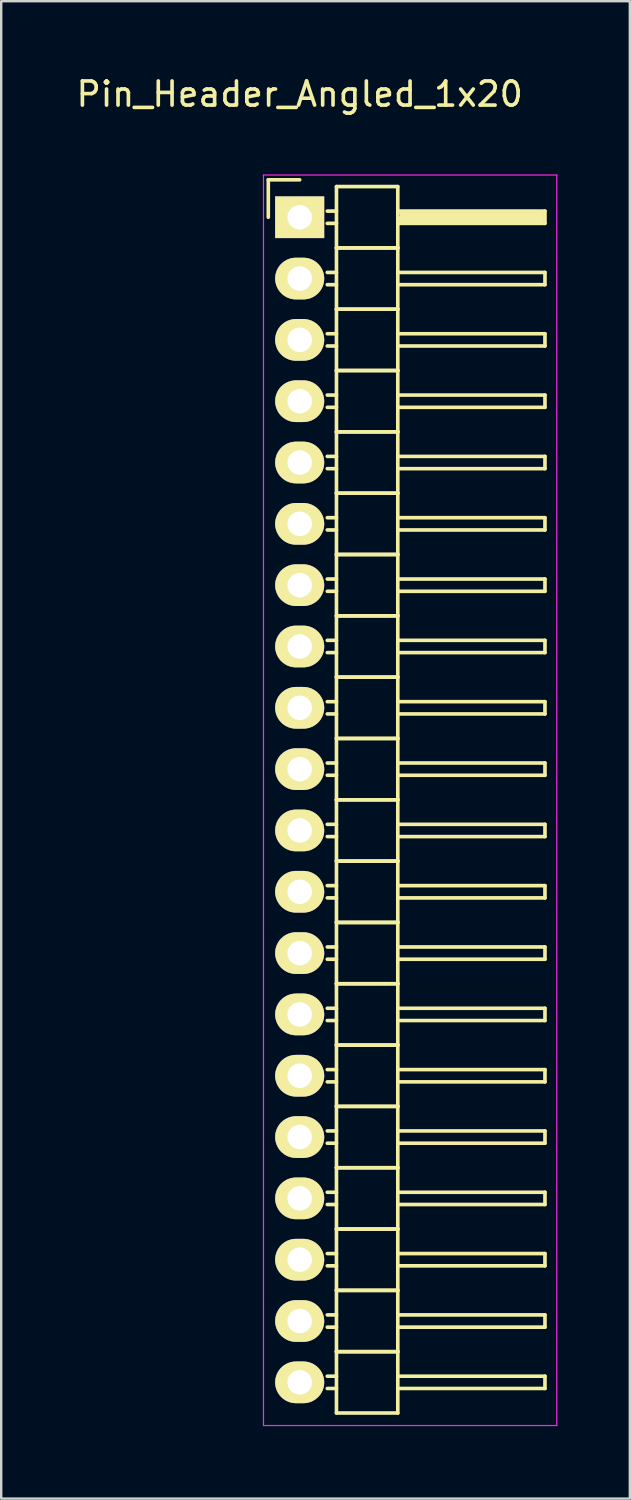
<source format=kicad_pcb>
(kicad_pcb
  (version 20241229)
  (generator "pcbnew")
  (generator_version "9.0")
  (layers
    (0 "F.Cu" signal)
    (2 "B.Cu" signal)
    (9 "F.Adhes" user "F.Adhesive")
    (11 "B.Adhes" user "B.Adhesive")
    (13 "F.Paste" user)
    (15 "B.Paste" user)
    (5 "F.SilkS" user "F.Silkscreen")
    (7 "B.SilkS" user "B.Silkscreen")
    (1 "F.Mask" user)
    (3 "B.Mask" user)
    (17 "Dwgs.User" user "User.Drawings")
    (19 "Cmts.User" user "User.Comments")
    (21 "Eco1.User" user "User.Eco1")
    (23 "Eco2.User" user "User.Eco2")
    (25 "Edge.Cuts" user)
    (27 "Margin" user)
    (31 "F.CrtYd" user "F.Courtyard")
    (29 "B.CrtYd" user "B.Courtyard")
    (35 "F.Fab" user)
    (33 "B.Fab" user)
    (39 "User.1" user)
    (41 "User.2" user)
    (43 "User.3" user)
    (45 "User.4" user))
  (footprint "Pin_Header_Angled_1x20"
    (layer "F.Cu")
    (at 9.363 5.948)
    (property "Reference" "Pin_Header_Angled_1x20" (at 0 -5.1 0) (layer "F.SilkS") (effects (font (size 1 1) (thickness 0.15))))
    (attr through_hole)
    (fp_line (start -1.3 -1.55) (end -1.3 0) (stroke (width 0.15) (type solid)) (layer "F.SilkS"))
    (fp_line (start 0 -1.55) (end -1.3 -1.55) (stroke (width 0.15) (type solid)) (layer "F.SilkS"))
    (fp_line (start 1.524 -1.27) (end 1.524 1.27) (stroke (width 0.15) (type solid)) (layer "F.SilkS"))
    (fp_line (start 1.524 -1.27) (end 4.064 -1.27) (stroke (width 0.15) (type solid)) (layer "F.SilkS"))
    (fp_line (start 1.524 -0.254) (end 1.143 -0.254) (stroke (width 0.15) (type solid)) (layer "F.SilkS"))
    (fp_line (start 1.524 0.254) (end 1.143 0.254) (stroke (width 0.15) (type solid)) (layer "F.SilkS"))
    (fp_line (start 1.524 1.27) (end 1.524 3.81) (stroke (width 0.15) (type solid)) (layer "F.SilkS"))
    (fp_line (start 1.524 1.27) (end 4.064 1.27) (stroke (width 0.15) (type solid)) (layer "F.SilkS"))
    (fp_line (start 1.524 1.27) (end 4.064 1.27) (stroke (width 0.15) (type solid)) (layer "F.SilkS"))
    (fp_line (start 1.524 2.286) (end 1.143 2.286) (stroke (width 0.15) (type solid)) (layer "F.SilkS"))
    (fp_line (start 1.524 2.794) (end 1.143 2.794) (stroke (width 0.15) (type solid)) (layer "F.SilkS"))
    (fp_line (start 1.524 3.81) (end 1.524 6.35) (stroke (width 0.15) (type solid)) (layer "F.SilkS"))
    (fp_line (start 1.524 3.81) (end 4.064 3.81) (stroke (width 0.15) (type solid)) (layer "F.SilkS"))
    (fp_line (start 1.524 3.81) (end 4.064 3.81) (stroke (width 0.15) (type solid)) (layer "F.SilkS"))
    (fp_line (start 1.524 4.826) (end 1.143 4.826) (stroke (width 0.15) (type solid)) (layer "F.SilkS"))
    (fp_line (start 1.524 5.334) (end 1.143 5.334) (stroke (width 0.15) (type solid)) (layer "F.SilkS"))
    (fp_line (start 1.524 6.35) (end 1.524 8.89) (stroke (width 0.15) (type solid)) (layer "F.SilkS"))
    (fp_line (start 1.524 6.35) (end 4.064 6.35) (stroke (width 0.15) (type solid)) (layer "F.SilkS"))
    (fp_line (start 1.524 6.35) (end 4.064 6.35) (stroke (width 0.15) (type solid)) (layer "F.SilkS"))
    (fp_line (start 1.524 7.366) (end 1.143 7.366) (stroke (width 0.15) (type solid)) (layer "F.SilkS"))
    (fp_line (start 1.524 7.874) (end 1.143 7.874) (stroke (width 0.15) (type solid)) (layer "F.SilkS"))
    (fp_line (start 1.524 8.89) (end 1.524 11.43) (stroke (width 0.15) (type solid)) (layer "F.SilkS"))
    (fp_line (start 1.524 8.89) (end 4.064 8.89) (stroke (width 0.15) (type solid)) (layer "F.SilkS"))
    (fp_line (start 1.524 8.89) (end 4.064 8.89) (stroke (width 0.15) (type solid)) (layer "F.SilkS"))
    (fp_line (start 1.524 9.906) (end 1.143 9.906) (stroke (width 0.15) (type solid)) (layer "F.SilkS"))
    (fp_line (start 1.524 10.414) (end 1.143 10.414) (stroke (width 0.15) (type solid)) (layer "F.SilkS"))
    (fp_line (start 1.524 11.43) (end 1.524 13.97) (stroke (width 0.15) (type solid)) (layer "F.SilkS"))
    (fp_line (start 1.524 11.43) (end 4.064 11.43) (stroke (width 0.15) (type solid)) (layer "F.SilkS"))
    (fp_line (start 1.524 11.43) (end 4.064 11.43) (stroke (width 0.15) (type solid)) (layer "F.SilkS"))
    (fp_line (start 1.524 12.446) (end 1.143 12.446) (stroke (width 0.15) (type solid)) (layer "F.SilkS"))
    (fp_line (start 1.524 12.954) (end 1.143 12.954) (stroke (width 0.15) (type solid)) (layer "F.SilkS"))
    (fp_line (start 1.524 13.97) (end 1.524 16.51) (stroke (width 0.15) (type solid)) (layer "F.SilkS"))
    (fp_line (start 1.524 13.97) (end 4.064 13.97) (stroke (width 0.15) (type solid)) (layer "F.SilkS"))
    (fp_line (start 1.524 13.97) (end 4.064 13.97) (stroke (width 0.15) (type solid)) (layer "F.SilkS"))
    (fp_line (start 1.524 14.986) (end 1.143 14.986) (stroke (width 0.15) (type solid)) (layer "F.SilkS"))
    (fp_line (start 1.524 15.494) (end 1.143 15.494) (stroke (width 0.15) (type solid)) (layer "F.SilkS"))
    (fp_line (start 1.524 16.51) (end 1.524 19.05) (stroke (width 0.15) (type solid)) (layer "F.SilkS"))
    (fp_line (start 1.524 16.51) (end 4.064 16.51) (stroke (width 0.15) (type solid)) (layer "F.SilkS"))
    (fp_line (start 1.524 16.51) (end 4.064 16.51) (stroke (width 0.15) (type solid)) (layer "F.SilkS"))
    (fp_line (start 1.524 17.526) (end 1.143 17.526) (stroke (width 0.15) (type solid)) (layer "F.SilkS"))
    (fp_line (start 1.524 18.034) (end 1.143 18.034) (stroke (width 0.15) (type solid)) (layer "F.SilkS"))
    (fp_line (start 1.524 19.05) (end 1.524 21.59) (stroke (width 0.15) (type solid)) (layer "F.SilkS"))
    (fp_line (start 1.524 19.05) (end 4.064 19.05) (stroke (width 0.15) (type solid)) (layer "F.SilkS"))
    (fp_line (start 1.524 19.05) (end 4.064 19.05) (stroke (width 0.15) (type solid)) (layer "F.SilkS"))
    (fp_line (start 1.524 20.066) (end 1.143 20.066) (stroke (width 0.15) (type solid)) (layer "F.SilkS"))
    (fp_line (start 1.524 20.574) (end 1.143 20.574) (stroke (width 0.15) (type solid)) (layer "F.SilkS"))
    (fp_line (start 1.524 21.59) (end 1.524 24.13) (stroke (width 0.15) (type solid)) (layer "F.SilkS"))
    (fp_line (start 1.524 21.59) (end 4.064 21.59) (stroke (width 0.15) (type solid)) (layer "F.SilkS"))
    (fp_line (start 1.524 21.59) (end 4.064 21.59) (stroke (width 0.15) (type solid)) (layer "F.SilkS"))
    (fp_line (start 1.524 22.606) (end 1.143 22.606) (stroke (width 0.15) (type solid)) (layer "F.SilkS"))
    (fp_line (start 1.524 23.114) (end 1.143 23.114) (stroke (width 0.15) (type solid)) (layer "F.SilkS"))
    (fp_line (start 1.524 24.13) (end 1.524 26.67) (stroke (width 0.15) (type solid)) (layer "F.SilkS"))
    (fp_line (start 1.524 24.13) (end 4.064 24.13) (stroke (width 0.15) (type solid)) (layer "F.SilkS"))
    (fp_line (start 1.524 24.13) (end 4.064 24.13) (stroke (width 0.15) (type solid)) (layer "F.SilkS"))
    (fp_line (start 1.524 25.146) (end 1.143 25.146) (stroke (width 0.15) (type solid)) (layer "F.SilkS"))
    (fp_line (start 1.524 25.654) (end 1.143 25.654) (stroke (width 0.15) (type solid)) (layer "F.SilkS"))
    (fp_line (start 1.524 26.67) (end 1.524 29.21) (stroke (width 0.15) (type solid)) (layer "F.SilkS"))
    (fp_line (start 1.524 26.67) (end 4.064 26.67) (stroke (width 0.15) (type solid)) (layer "F.SilkS"))
    (fp_line (start 1.524 26.67) (end 4.064 26.67) (stroke (width 0.15) (type solid)) (layer "F.SilkS"))
    (fp_line (start 1.524 27.686) (end 1.143 27.686) (stroke (width 0.15) (type solid)) (layer "F.SilkS"))
    (fp_line (start 1.524 28.194) (end 1.143 28.194) (stroke (width 0.15) (type solid)) (layer "F.SilkS"))
    (fp_line (start 1.524 29.21) (end 1.524 31.75) (stroke (width 0.15) (type solid)) (layer "F.SilkS"))
    (fp_line (start 1.524 29.21) (end 4.064 29.21) (stroke (width 0.15) (type solid)) (layer "F.SilkS"))
    (fp_line (start 1.524 29.21) (end 4.064 29.21) (stroke (width 0.15) (type solid)) (layer "F.SilkS"))
    (fp_line (start 1.524 30.226) (end 1.143 30.226) (stroke (width 0.15) (type solid)) (layer "F.SilkS"))
    (fp_line (start 1.524 30.734) (end 1.143 30.734) (stroke (width 0.15) (type solid)) (layer "F.SilkS"))
    (fp_line (start 1.524 31.75) (end 1.524 34.29) (stroke (width 0.15) (type solid)) (layer "F.SilkS"))
    (fp_line (start 1.524 31.75) (end 4.064 31.75) (stroke (width 0.15) (type solid)) (layer "F.SilkS"))
    (fp_line (start 1.524 31.75) (end 4.064 31.75) (stroke (width 0.15) (type solid)) (layer "F.SilkS"))
    (fp_line (start 1.524 32.766) (end 1.143 32.766) (stroke (width 0.15) (type solid)) (layer "F.SilkS"))
    (fp_line (start 1.524 33.274) (end 1.143 33.274) (stroke (width 0.15) (type solid)) (layer "F.SilkS"))
    (fp_line (start 1.524 34.29) (end 1.524 36.83) (stroke (width 0.15) (type solid)) (layer "F.SilkS"))
    (fp_line (start 1.524 34.29) (end 4.064 34.29) (stroke (width 0.15) (type solid)) (layer "F.SilkS"))
    (fp_line (start 1.524 34.29) (end 4.064 34.29) (stroke (width 0.15) (type solid)) (layer "F.SilkS"))
    (fp_line (start 1.524 35.306) (end 1.143 35.306) (stroke (width 0.15) (type solid)) (layer "F.SilkS"))
    (fp_line (start 1.524 35.814) (end 1.143 35.814) (stroke (width 0.15) (type solid)) (layer "F.SilkS"))
    (fp_line (start 1.524 36.83) (end 1.524 39.37) (stroke (width 0.15) (type solid)) (layer "F.SilkS"))
    (fp_line (start 1.524 36.83) (end 4.064 36.83) (stroke (width 0.15) (type solid)) (layer "F.SilkS"))
    (fp_line (start 1.524 36.83) (end 4.064 36.83) (stroke (width 0.15) (type solid)) (layer "F.SilkS"))
    (fp_line (start 1.524 37.846) (end 1.143 37.846) (stroke (width 0.15) (type solid)) (layer "F.SilkS"))
    (fp_line (start 1.524 38.354) (end 1.143 38.354) (stroke (width 0.15) (type solid)) (layer "F.SilkS"))
    (fp_line (start 1.524 39.37) (end 1.524 41.91) (stroke (width 0.15) (type solid)) (layer "F.SilkS"))
    (fp_line (start 1.524 39.37) (end 4.064 39.37) (stroke (width 0.15) (type solid)) (layer "F.SilkS"))
    (fp_line (start 1.524 39.37) (end 4.064 39.37) (stroke (width 0.15) (type solid)) (layer "F.SilkS"))
    (fp_line (start 1.524 40.386) (end 1.143 40.386) (stroke (width 0.15) (type solid)) (layer "F.SilkS"))
    (fp_line (start 1.524 40.894) (end 1.143 40.894) (stroke (width 0.15) (type solid)) (layer "F.SilkS"))
    (fp_line (start 1.524 41.91) (end 1.524 44.45) (stroke (width 0.15) (type solid)) (layer "F.SilkS"))
    (fp_line (start 1.524 41.91) (end 4.064 41.91) (stroke (width 0.15) (type solid)) (layer "F.SilkS"))
    (fp_line (start 1.524 41.91) (end 4.064 41.91) (stroke (width 0.15) (type solid)) (layer "F.SilkS"))
    (fp_line (start 1.524 42.926) (end 1.143 42.926) (stroke (width 0.15) (type solid)) (layer "F.SilkS"))
    (fp_line (start 1.524 43.434) (end 1.143 43.434) (stroke (width 0.15) (type solid)) (layer "F.SilkS"))
    (fp_line (start 1.524 44.45) (end 1.524 46.99) (stroke (width 0.15) (type solid)) (layer "F.SilkS"))
    (fp_line (start 1.524 44.45) (end 4.064 44.45) (stroke (width 0.15) (type solid)) (layer "F.SilkS"))
    (fp_line (start 1.524 44.45) (end 4.064 44.45) (stroke (width 0.15) (type solid)) (layer "F.SilkS"))
    (fp_line (start 1.524 45.466) (end 1.143 45.466) (stroke (width 0.15) (type solid)) (layer "F.SilkS"))
    (fp_line (start 1.524 45.974) (end 1.143 45.974) (stroke (width 0.15) (type solid)) (layer "F.SilkS"))
    (fp_line (start 1.524 46.99) (end 1.524 49.53) (stroke (width 0.15) (type solid)) (layer "F.SilkS"))
    (fp_line (start 1.524 46.99) (end 4.064 46.99) (stroke (width 0.15) (type solid)) (layer "F.SilkS"))
    (fp_line (start 1.524 46.99) (end 4.064 46.99) (stroke (width 0.15) (type solid)) (layer "F.SilkS"))
    (fp_line (start 1.524 48.006) (end 1.143 48.006) (stroke (width 0.15) (type solid)) (layer "F.SilkS"))
    (fp_line (start 1.524 48.514) (end 1.143 48.514) (stroke (width 0.15) (type solid)) (layer "F.SilkS"))
    (fp_line (start 1.524 49.53) (end 4.064 49.53) (stroke (width 0.15) (type solid)) (layer "F.SilkS"))
    (fp_line (start 4.064 -0.254) (end 10.16 -0.254) (stroke (width 0.15) (type solid)) (layer "F.SilkS"))
    (fp_line (start 4.064 1.27) (end 4.064 -1.27) (stroke (width 0.15) (type solid)) (layer "F.SilkS"))
    (fp_line (start 4.064 2.286) (end 10.16 2.286) (stroke (width 0.15) (type solid)) (layer "F.SilkS"))
    (fp_line (start 4.064 3.81) (end 4.064 1.27) (stroke (width 0.15) (type solid)) (layer "F.SilkS"))
    (fp_line (start 4.064 4.826) (end 10.16 4.826) (stroke (width 0.15) (type solid)) (layer "F.SilkS"))
    (fp_line (start 4.064 6.35) (end 4.064 3.81) (stroke (width 0.15) (type solid)) (layer "F.SilkS"))
    (fp_line (start 4.064 7.366) (end 10.16 7.366) (stroke (width 0.15) (type solid)) (layer "F.SilkS"))
    (fp_line (start 4.064 8.89) (end 4.064 6.35) (stroke (width 0.15) (type solid)) (layer "F.SilkS"))
    (fp_line (start 4.064 9.906) (end 10.16 9.906) (stroke (width 0.15) (type solid)) (layer "F.SilkS"))
    (fp_line (start 4.064 11.43) (end 4.064 8.89) (stroke (width 0.15) (type solid)) (layer "F.SilkS"))
    (fp_line (start 4.064 12.446) (end 10.16 12.446) (stroke (width 0.15) (type solid)) (layer "F.SilkS"))
    (fp_line (start 4.064 13.97) (end 4.064 11.43) (stroke (width 0.15) (type solid)) (layer "F.SilkS"))
    (fp_line (start 4.064 14.986) (end 10.16 14.986) (stroke (width 0.15) (type solid)) (layer "F.SilkS"))
    (fp_line (start 4.064 16.51) (end 4.064 13.97) (stroke (width 0.15) (type solid)) (layer "F.SilkS"))
    (fp_line (start 4.064 17.526) (end 10.16 17.526) (stroke (width 0.15) (type solid)) (layer "F.SilkS"))
    (fp_line (start 4.064 19.05) (end 4.064 16.51) (stroke (width 0.15) (type solid)) (layer "F.SilkS"))
    (fp_line (start 4.064 20.066) (end 10.16 20.066) (stroke (width 0.15) (type solid)) (layer "F.SilkS"))
    (fp_line (start 4.064 21.59) (end 4.064 19.05) (stroke (width 0.15) (type solid)) (layer "F.SilkS"))
    (fp_line (start 4.064 22.606) (end 10.16 22.606) (stroke (width 0.15) (type solid)) (layer "F.SilkS"))
    (fp_line (start 4.064 24.13) (end 4.064 21.59) (stroke (width 0.15) (type solid)) (layer "F.SilkS"))
    (fp_line (start 4.064 25.146) (end 10.16 25.146) (stroke (width 0.15) (type solid)) (layer "F.SilkS"))
    (fp_line (start 4.064 26.67) (end 4.064 24.13) (stroke (width 0.15) (type solid)) (layer "F.SilkS"))
    (fp_line (start 4.064 27.686) (end 10.16 27.686) (stroke (width 0.15) (type solid)) (layer "F.SilkS"))
    (fp_line (start 4.064 29.21) (end 4.064 26.67) (stroke (width 0.15) (type solid)) (layer "F.SilkS"))
    (fp_line (start 4.064 30.226) (end 10.16 30.226) (stroke (width 0.15) (type solid)) (layer "F.SilkS"))
    (fp_line (start 4.064 31.75) (end 4.064 29.21) (stroke (width 0.15) (type solid)) (layer "F.SilkS"))
    (fp_line (start 4.064 32.766) (end 10.16 32.766) (stroke (width 0.15) (type solid)) (layer "F.SilkS"))
    (fp_line (start 4.064 34.29) (end 4.064 31.75) (stroke (width 0.15) (type solid)) (layer "F.SilkS"))
    (fp_line (start 4.064 35.306) (end 10.16 35.306) (stroke (width 0.15) (type solid)) (layer "F.SilkS"))
    (fp_line (start 4.064 36.83) (end 4.064 34.29) (stroke (width 0.15) (type solid)) (layer "F.SilkS"))
    (fp_line (start 4.064 37.846) (end 10.16 37.846) (stroke (width 0.15) (type solid)) (layer "F.SilkS"))
    (fp_line (start 4.064 39.37) (end 4.064 36.83) (stroke (width 0.15) (type solid)) (layer "F.SilkS"))
    (fp_line (start 4.064 40.386) (end 10.16 40.386) (stroke (width 0.15) (type solid)) (layer "F.SilkS"))
    (fp_line (start 4.064 41.91) (end 4.064 39.37) (stroke (width 0.15) (type solid)) (layer "F.SilkS"))
    (fp_line (start 4.064 42.926) (end 10.16 42.926) (stroke (width 0.15) (type solid)) (layer "F.SilkS"))
    (fp_line (start 4.064 44.45) (end 4.064 41.91) (stroke (width 0.15) (type solid)) (layer "F.SilkS"))
    (fp_line (start 4.064 45.466) (end 10.16 45.466) (stroke (width 0.15) (type solid)) (layer "F.SilkS"))
    (fp_line (start 4.064 46.99) (end 4.064 44.45) (stroke (width 0.15) (type solid)) (layer "F.SilkS"))
    (fp_line (start 4.064 48.006) (end 10.16 48.006) (stroke (width 0.15) (type solid)) (layer "F.SilkS"))
    (fp_line (start 4.064 49.53) (end 4.064 46.99) (stroke (width 0.15) (type solid)) (layer "F.SilkS"))
    (fp_line (start 4.191 -0.127) (end 10.033 -0.127) (stroke (width 0.15) (type solid)) (layer "F.SilkS"))
    (fp_line (start 4.191 0) (end 10.033 0) (stroke (width 0.15) (type solid)) (layer "F.SilkS"))
    (fp_line (start 4.191 0.127) (end 4.191 0) (stroke (width 0.15) (type solid)) (layer "F.SilkS"))
    (fp_line (start 10.033 -0.127) (end 10.033 0.127) (stroke (width 0.15) (type solid)) (layer "F.SilkS"))
    (fp_line (start 10.033 0.127) (end 4.191 0.127) (stroke (width 0.15) (type solid)) (layer "F.SilkS"))
    (fp_line (start 10.16 -0.254) (end 10.16 0.254) (stroke (width 0.15) (type solid)) (layer "F.SilkS"))
    (fp_line (start 10.16 0.254) (end 4.064 0.254) (stroke (width 0.15) (type solid)) (layer "F.SilkS"))
    (fp_line (start 10.16 2.286) (end 10.16 2.794) (stroke (width 0.15) (type solid)) (layer "F.SilkS"))
    (fp_line (start 10.16 2.794) (end 4.064 2.794) (stroke (width 0.15) (type solid)) (layer "F.SilkS"))
    (fp_line (start 10.16 4.826) (end 10.16 5.334) (stroke (width 0.15) (type solid)) (layer "F.SilkS"))
    (fp_line (start 10.16 5.334) (end 4.064 5.334) (stroke (width 0.15) (type solid)) (layer "F.SilkS"))
    (fp_line (start 10.16 7.366) (end 10.16 7.874) (stroke (width 0.15) (type solid)) (layer "F.SilkS"))
    (fp_line (start 10.16 7.874) (end 4.064 7.874) (stroke (width 0.15) (type solid)) (layer "F.SilkS"))
    (fp_line (start 10.16 9.906) (end 10.16 10.414) (stroke (width 0.15) (type solid)) (layer "F.SilkS"))
    (fp_line (start 10.16 10.414) (end 4.064 10.414) (stroke (width 0.15) (type solid)) (layer "F.SilkS"))
    (fp_line (start 10.16 12.446) (end 10.16 12.954) (stroke (width 0.15) (type solid)) (layer "F.SilkS"))
    (fp_line (start 10.16 12.954) (end 4.064 12.954) (stroke (width 0.15) (type solid)) (layer "F.SilkS"))
    (fp_line (start 10.16 14.986) (end 10.16 15.494) (stroke (width 0.15) (type solid)) (layer "F.SilkS"))
    (fp_line (start 10.16 15.494) (end 4.064 15.494) (stroke (width 0.15) (type solid)) (layer "F.SilkS"))
    (fp_line (start 10.16 17.526) (end 10.16 18.034) (stroke (width 0.15) (type solid)) (layer "F.SilkS"))
    (fp_line (start 10.16 18.034) (end 4.064 18.034) (stroke (width 0.15) (type solid)) (layer "F.SilkS"))
    (fp_line (start 10.16 20.066) (end 10.16 20.574) (stroke (width 0.15) (type solid)) (layer "F.SilkS"))
    (fp_line (start 10.16 20.574) (end 4.064 20.574) (stroke (width 0.15) (type solid)) (layer "F.SilkS"))
    (fp_line (start 10.16 22.606) (end 10.16 23.114) (stroke (width 0.15) (type solid)) (layer "F.SilkS"))
    (fp_line (start 10.16 23.114) (end 4.064 23.114) (stroke (width 0.15) (type solid)) (layer "F.SilkS"))
    (fp_line (start 10.16 25.146) (end 10.16 25.654) (stroke (width 0.15) (type solid)) (layer "F.SilkS"))
    (fp_line (start 10.16 25.654) (end 4.064 25.654) (stroke (width 0.15) (type solid)) (layer "F.SilkS"))
    (fp_line (start 10.16 27.686) (end 10.16 28.194) (stroke (width 0.15) (type solid)) (layer "F.SilkS"))
    (fp_line (start 10.16 28.194) (end 4.064 28.194) (stroke (width 0.15) (type solid)) (layer "F.SilkS"))
    (fp_line (start 10.16 30.226) (end 10.16 30.734) (stroke (width 0.15) (type solid)) (layer "F.SilkS"))
    (fp_line (start 10.16 30.734) (end 4.064 30.734) (stroke (width 0.15) (type solid)) (layer "F.SilkS"))
    (fp_line (start 10.16 32.766) (end 10.16 33.274) (stroke (width 0.15) (type solid)) (layer "F.SilkS"))
    (fp_line (start 10.16 33.274) (end 4.064 33.274) (stroke (width 0.15) (type solid)) (layer "F.SilkS"))
    (fp_line (start 10.16 35.306) (end 10.16 35.814) (stroke (width 0.15) (type solid)) (layer "F.SilkS"))
    (fp_line (start 10.16 35.814) (end 4.064 35.814) (stroke (width 0.15) (type solid)) (layer "F.SilkS"))
    (fp_line (start 10.16 37.846) (end 10.16 38.354) (stroke (width 0.15) (type solid)) (layer "F.SilkS"))
    (fp_line (start 10.16 38.354) (end 4.064 38.354) (stroke (width 0.15) (type solid)) (layer "F.SilkS"))
    (fp_line (start 10.16 40.386) (end 10.16 40.894) (stroke (width 0.15) (type solid)) (layer "F.SilkS"))
    (fp_line (start 10.16 40.894) (end 4.064 40.894) (stroke (width 0.15) (type solid)) (layer "F.SilkS"))
    (fp_line (start 10.16 42.926) (end 10.16 43.434) (stroke (width 0.15) (type solid)) (layer "F.SilkS"))
    (fp_line (start 10.16 43.434) (end 4.064 43.434) (stroke (width 0.15) (type solid)) (layer "F.SilkS"))
    (fp_line (start 10.16 45.466) (end 10.16 45.974) (stroke (width 0.15) (type solid)) (layer "F.SilkS"))
    (fp_line (start 10.16 45.974) (end 4.064 45.974) (stroke (width 0.15) (type solid)) (layer "F.SilkS"))
    (fp_line (start 10.16 48.006) (end 10.16 48.514) (stroke (width 0.15) (type solid)) (layer "F.SilkS"))
    (fp_line (start 10.16 48.514) (end 4.064 48.514) (stroke (width 0.15) (type solid)) (layer "F.SilkS"))
    (fp_line (start -1.5 -1.75) (end -1.5 50.05) (stroke (width 0.05) (type solid)) (layer "F.CrtYd"))
    (fp_line (start -1.5 -1.75) (end 10.65 -1.75) (stroke (width 0.05) (type solid)) (layer "F.CrtYd"))
    (fp_line (start -1.5 50.05) (end 10.65 50.05) (stroke (width 0.05) (type solid)) (layer "F.CrtYd"))
    (fp_line (start 10.65 -1.75) (end 10.65 50.05) (stroke (width 0.05) (type solid)) (layer "F.CrtYd"))
    (pad "1" thru_hole rect (at 0 0) (size 2.032 1.727) (drill 1.016) (layers "*.Cu" "*.Mask" "F.SilkS"))
    (pad "2" thru_hole oval (at 0 2.54) (size 2.032 1.727) (drill 1.016) (layers "*.Cu" "*.Mask" "F.SilkS"))
    (pad "3" thru_hole oval (at 0 5.08) (size 2.032 1.727) (drill 1.016) (layers "*.Cu" "*.Mask" "F.SilkS"))
    (pad "4" thru_hole oval (at 0 7.62) (size 2.032 1.727) (drill 1.016) (layers "*.Cu" "*.Mask" "F.SilkS"))
    (pad "5" thru_hole oval (at 0 10.16) (size 2.032 1.727) (drill 1.016) (layers "*.Cu" "*.Mask" "F.SilkS"))
    (pad "6" thru_hole oval (at 0 12.7) (size 2.032 1.727) (drill 1.016) (layers "*.Cu" "*.Mask" "F.SilkS"))
    (pad "7" thru_hole oval (at 0 15.24) (size 2.032 1.727) (drill 1.016) (layers "*.Cu" "*.Mask" "F.SilkS"))
    (pad "8" thru_hole oval (at 0 17.78) (size 2.032 1.727) (drill 1.016) (layers "*.Cu" "*.Mask" "F.SilkS"))
    (pad "9" thru_hole oval (at 0 20.32) (size 2.032 1.727) (drill 1.016) (layers "*.Cu" "*.Mask" "F.SilkS"))
    (pad "10" thru_hole oval (at 0 22.86) (size 2.032 1.727) (drill 1.016) (layers "*.Cu" "*.Mask" "F.SilkS"))
    (pad "11" thru_hole oval (at 0 25.4) (size 2.032 1.727) (drill 1.016) (layers "*.Cu" "*.Mask" "F.SilkS"))
    (pad "12" thru_hole oval (at 0 27.94) (size 2.032 1.727) (drill 1.016) (layers "*.Cu" "*.Mask" "F.SilkS"))
    (pad "13" thru_hole oval (at 0 30.48) (size 2.032 1.727) (drill 1.016) (layers "*.Cu" "*.Mask" "F.SilkS"))
    (pad "14" thru_hole oval (at 0 33.02) (size 2.032 1.727) (drill 1.016) (layers "*.Cu" "*.Mask" "F.SilkS"))
    (pad "15" thru_hole oval (at 0 35.56) (size 2.032 1.727) (drill 1.016) (layers "*.Cu" "*.Mask" "F.SilkS"))
    (pad "16" thru_hole oval (at 0 38.1) (size 2.032 1.727) (drill 1.016) (layers "*.Cu" "*.Mask" "F.SilkS"))
    (pad "17" thru_hole oval (at 0 40.64) (size 2.032 1.727) (drill 1.016) (layers "*.Cu" "*.Mask" "F.SilkS"))
    (pad "18" thru_hole oval (at 0 43.18) (size 2.032 1.727) (drill 1.016) (layers "*.Cu" "*.Mask" "F.SilkS"))
    (pad "19" thru_hole oval (at 0 45.72) (size 2.032 1.727) (drill 1.016) (layers "*.Cu" "*.Mask" "F.SilkS"))
    (pad "20" thru_hole oval (at 0 48.26) (size 2.032 1.727) (drill 1.016) (layers "*.Cu" "*.Mask" "F.SilkS")))
  (gr_rect
    (start -3 -3)
    (end 23.038 59.023)
    (stroke (width 0.1) (type default))
    (fill no)
    (layer "Edge.Cuts")))
</source>
